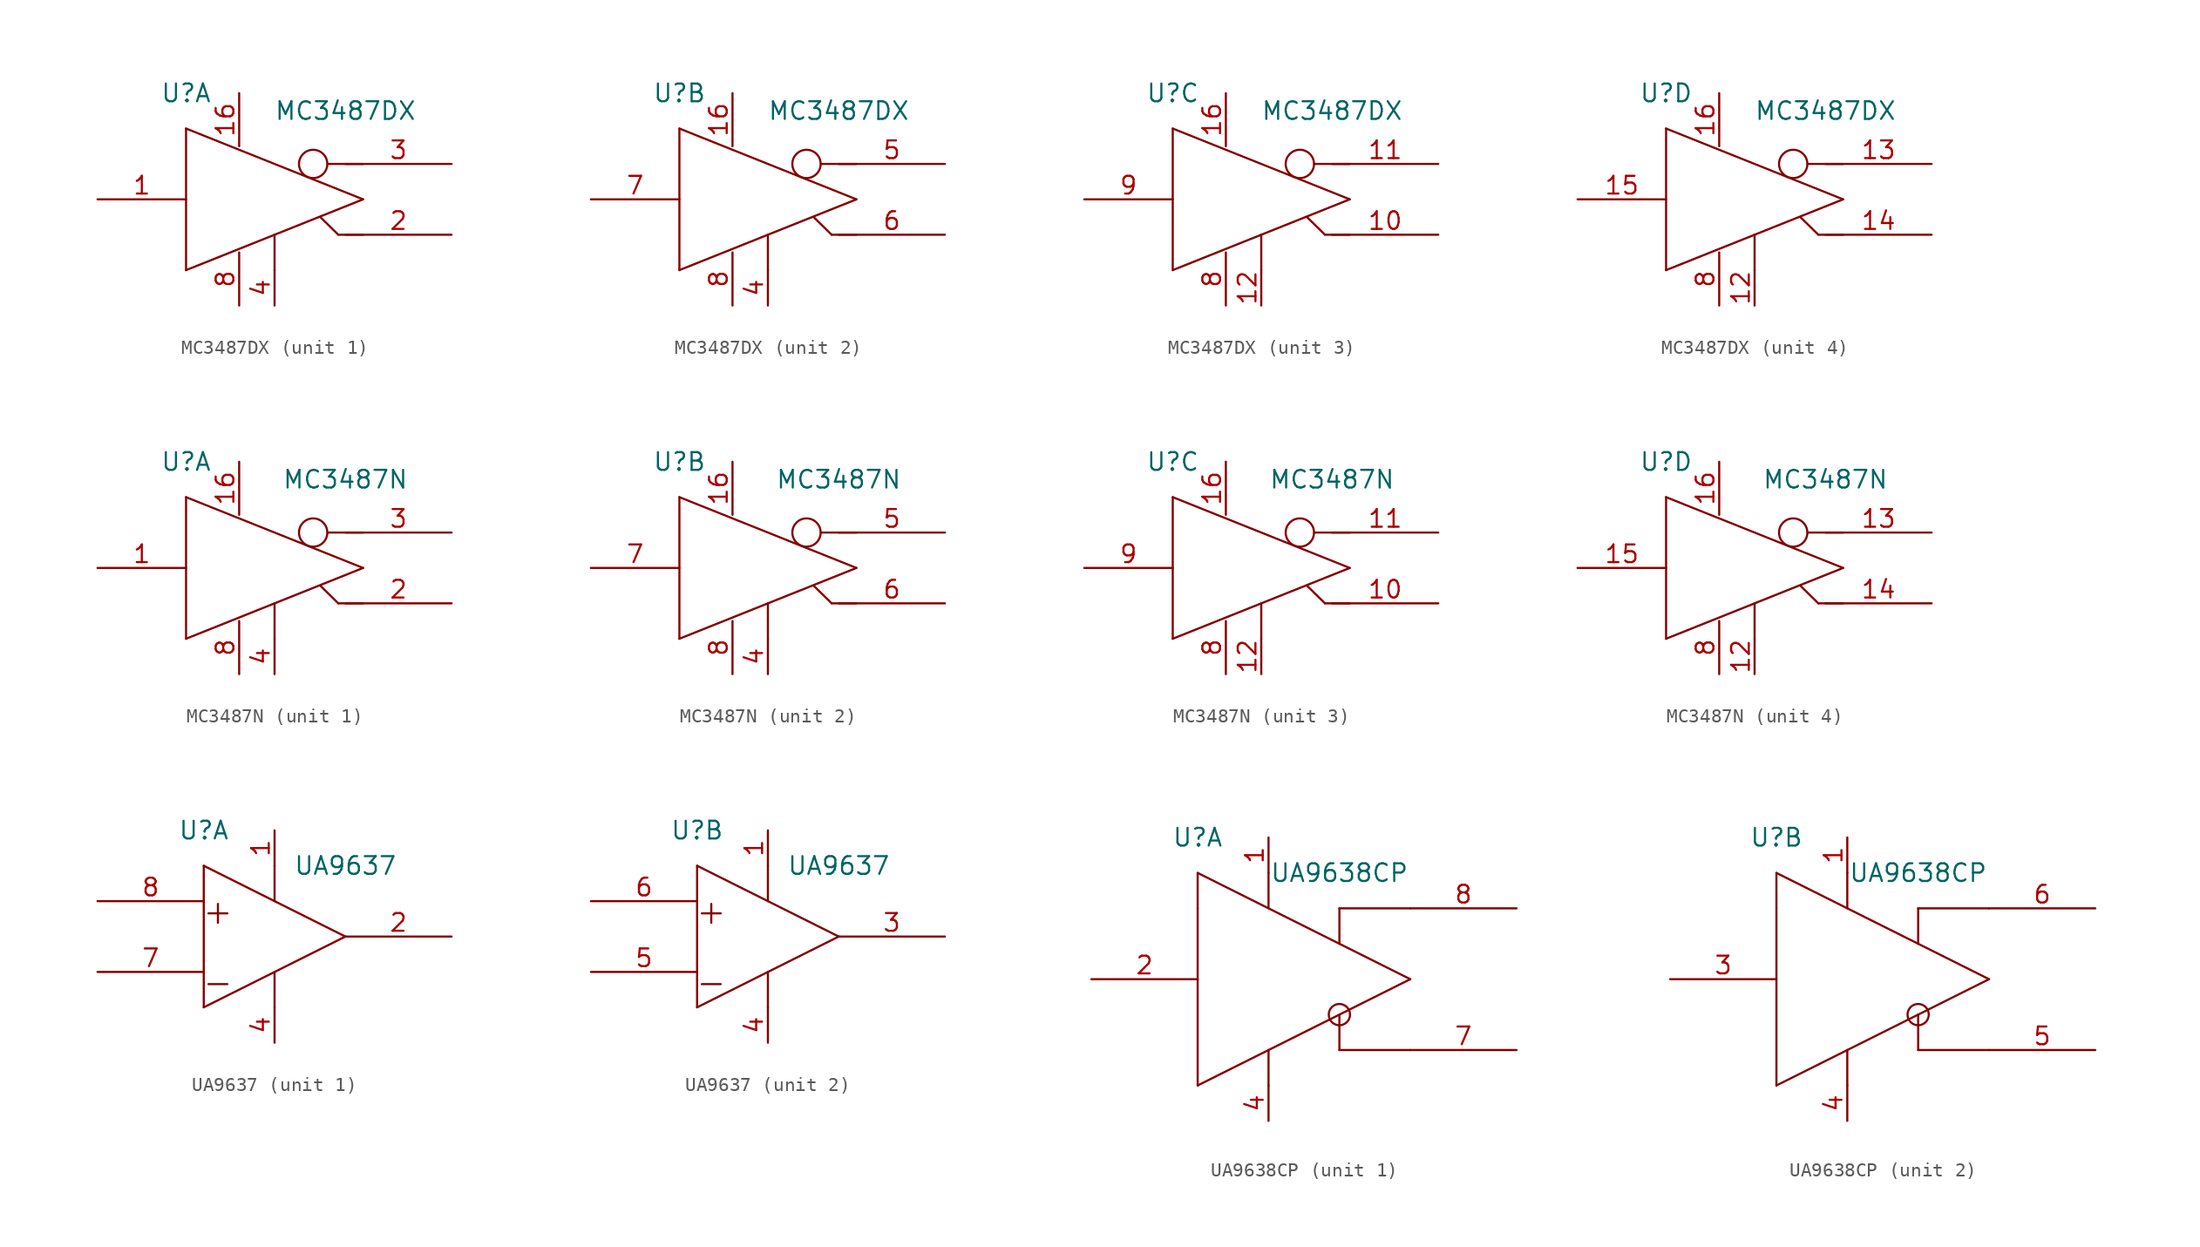
<source format=kicad_sym>
(kicad_symbol_lib
  (version 20241209)
  (generator "kicad_symbol_editor")
  (generator_version "9.0")
  (symbol "MC3487DX"
    (pin_names
      (offset 1.016)
      (hide yes))
    (property "Reference" "U"
      (at -6.35 7.62 0)
      (effects (font (size 1.27 1.27))))
    (property "Value" "MC3487DX"
      (at 5.08 6.35 0)
      (effects (font (size 1.27 1.27))))
    (symbol "MC3487DX_0_1"
      (polyline (pts (xy -6.35 5.08) (xy -6.35 -5.08)) (stroke (width 0) (type default)) (fill (type none)))
      (polyline (pts (xy -6.35 -5.08) (xy 6.35 0)) (stroke (width 0) (type default)) (fill (type none)))
      (polyline (pts (xy 0 -5.08) (xy 0 -2.54)) (stroke (width 0) (type default)) (fill (type none)))
      (circle (center 2.769 2.54) (radius 1.016) (stroke (width 0) (type default)) (fill (type none)))
      (polyline (pts (xy 3.81 2.54) (xy 6.35 2.54)) (stroke (width 0) (type default)) (fill (type none)))
      (polyline (pts (xy 4.572 -2.54) (xy 3.277 -1.27)) (stroke (width 0) (type default)) (fill (type none)))
      (polyline (pts (xy 6.35 0) (xy -6.35 5.08)) (stroke (width 0) (type default)) (fill (type none)))
      (polyline (pts (xy 6.35 -2.54) (xy 4.572 -2.54)) (stroke (width 0) (type default)) (fill (type none))))
    (symbol "MC3487DX_1_1"
      (pin input line (at -12.7 0 0) (length 6.35) (name "INPUT" (effects (font (size 1.27 1.27)))) (number "1" (effects (font (size 1.27 1.27)))))
      (pin power_in line (at -2.54 7.62 270) (length 3.81) (name "VCC" (effects (font (size 1.27 1.27)))) (number "16" (effects (font (size 1.27 1.27)))))
      (pin power_in line (at -2.54 -7.62 90) (length 3.81) (name "GND" (effects (font (size 1.27 1.27)))) (number "8" (effects (font (size 1.27 1.27)))))
      (pin input line (at 0 -7.62 90) (length 2.54) (name "ENABLE" (effects (font (size 1.27 1.27)))) (number "4" (effects (font (size 1.27 1.27)))))
      (pin tri_state line (at 12.7 2.54 180) (length 7.62) (name "OUT-" (effects (font (size 1.27 1.27)))) (number "3" (effects (font (size 1.27 1.27)))))
      (pin tri_state line (at 12.7 -2.54 180) (length 7.62) (name "OUT+" (effects (font (size 1.27 1.27)))) (number "2" (effects (font (size 1.27 1.27))))))
    (symbol "MC3487DX_2_1"
      (pin input line (at -12.7 0 0) (length 6.35) (name "INPUT" (effects (font (size 1.27 1.27)))) (number "7" (effects (font (size 1.27 1.27)))))
      (pin power_in line (at -2.54 7.62 270) (length 3.81) (name "VCC" (effects (font (size 1.27 1.27)))) (number "16" (effects (font (size 1.27 1.27)))))
      (pin power_in line (at -2.54 -7.62 90) (length 3.81) (name "GND" (effects (font (size 1.27 1.27)))) (number "8" (effects (font (size 1.27 1.27)))))
      (pin input line (at 0 -7.62 90) (length 2.54) (name "ENABLE" (effects (font (size 1.27 1.27)))) (number "4" (effects (font (size 1.27 1.27)))))
      (pin tri_state line (at 12.7 2.54 180) (length 7.62) (name "OUT-" (effects (font (size 1.27 1.27)))) (number "5" (effects (font (size 1.27 1.27)))))
      (pin tri_state line (at 12.7 -2.54 180) (length 7.62) (name "OUT+" (effects (font (size 1.27 1.27)))) (number "6" (effects (font (size 1.27 1.27))))))
    (symbol "MC3487DX_3_1"
      (pin input line (at -12.7 0 0) (length 6.35) (name "INPUT" (effects (font (size 1.27 1.27)))) (number "9" (effects (font (size 1.27 1.27)))))
      (pin power_in line (at -2.54 7.62 270) (length 3.81) (name "VCC" (effects (font (size 1.27 1.27)))) (number "16" (effects (font (size 1.27 1.27)))))
      (pin power_in line (at -2.54 -7.62 90) (length 3.81) (name "GND" (effects (font (size 1.27 1.27)))) (number "8" (effects (font (size 1.27 1.27)))))
      (pin input line (at 0 -7.62 90) (length 2.54) (name "ENABLE" (effects (font (size 1.27 1.27)))) (number "12" (effects (font (size 1.27 1.27)))))
      (pin tri_state line (at 12.7 2.54 180) (length 7.62) (name "OUT-" (effects (font (size 1.27 1.27)))) (number "11" (effects (font (size 1.27 1.27)))))
      (pin tri_state line (at 12.7 -2.54 180) (length 7.62) (name "OUT+" (effects (font (size 1.27 1.27)))) (number "10" (effects (font (size 1.27 1.27))))))
    (symbol "MC3487DX_4_1"
      (pin input line (at -12.7 0 0) (length 6.35) (name "INPUT" (effects (font (size 1.27 1.27)))) (number "15" (effects (font (size 1.27 1.27)))))
      (pin power_in line (at -2.54 7.62 270) (length 3.81) (name "VCC" (effects (font (size 1.27 1.27)))) (number "16" (effects (font (size 1.27 1.27)))))
      (pin power_in line (at -2.54 -7.62 90) (length 3.81) (name "GND" (effects (font (size 1.27 1.27)))) (number "8" (effects (font (size 1.27 1.27)))))
      (pin input line (at 0 -7.62 90) (length 2.54) (name "ENABLE" (effects (font (size 1.27 1.27)))) (number "12" (effects (font (size 1.27 1.27)))))
      (pin tri_state line (at 12.7 2.54 180) (length 7.62) (name "OUT-" (effects (font (size 1.27 1.27)))) (number "13" (effects (font (size 1.27 1.27)))))
      (pin tri_state line (at 12.7 -2.54 180) (length 7.62) (name "OUT+" (effects (font (size 1.27 1.27)))) (number "14" (effects (font (size 1.27 1.27)))))))
  (symbol "MC3487N"
    (pin_names
      (offset 1.016)
      (hide yes))
    (property "Reference" "U"
      (at -6.35 7.62 0)
      (effects (font (size 1.27 1.27))))
    (property "Value" "MC3487N"
      (at 5.08 6.35 0)
      (effects (font (size 1.27 1.27))))
    (symbol "MC3487N_0_1"
      (polyline (pts (xy -6.35 5.08) (xy -6.35 -5.08)) (stroke (width 0) (type default)) (fill (type none)))
      (polyline (pts (xy -6.35 -5.08) (xy 6.35 0)) (stroke (width 0) (type default)) (fill (type none)))
      (polyline (pts (xy 0 -5.08) (xy 0 -2.54)) (stroke (width 0) (type default)) (fill (type none)))
      (circle (center 2.769 2.54) (radius 1.016) (stroke (width 0) (type default)) (fill (type none)))
      (polyline (pts (xy 3.81 2.54) (xy 6.35 2.54)) (stroke (width 0) (type default)) (fill (type none)))
      (polyline (pts (xy 4.572 -2.54) (xy 3.277 -1.27)) (stroke (width 0) (type default)) (fill (type none)))
      (polyline (pts (xy 6.35 0) (xy -6.35 5.08)) (stroke (width 0) (type default)) (fill (type none)))
      (polyline (pts (xy 6.35 -2.54) (xy 4.572 -2.54)) (stroke (width 0) (type default)) (fill (type none))))
    (symbol "MC3487N_1_1"
      (pin input line (at -12.7 0 0) (length 6.35) (name "INPUT" (effects (font (size 1.27 1.27)))) (number "1" (effects (font (size 1.27 1.27)))))
      (pin power_in line (at -2.54 7.62 270) (length 3.81) (name "VCC" (effects (font (size 1.27 1.27)))) (number "16" (effects (font (size 1.27 1.27)))))
      (pin power_in line (at -2.54 -7.62 90) (length 3.81) (name "GND" (effects (font (size 1.27 1.27)))) (number "8" (effects (font (size 1.27 1.27)))))
      (pin input line (at 0 -7.62 90) (length 2.54) (name "ENABLE" (effects (font (size 1.27 1.27)))) (number "4" (effects (font (size 1.27 1.27)))))
      (pin tri_state line (at 12.7 2.54 180) (length 7.62) (name "OUT-" (effects (font (size 1.27 1.27)))) (number "3" (effects (font (size 1.27 1.27)))))
      (pin tri_state line (at 12.7 -2.54 180) (length 7.62) (name "OUT+" (effects (font (size 1.27 1.27)))) (number "2" (effects (font (size 1.27 1.27))))))
    (symbol "MC3487N_2_1"
      (pin input line (at -12.7 0 0) (length 6.35) (name "INPUT" (effects (font (size 1.27 1.27)))) (number "7" (effects (font (size 1.27 1.27)))))
      (pin power_in line (at -2.54 7.62 270) (length 3.81) (name "VCC" (effects (font (size 1.27 1.27)))) (number "16" (effects (font (size 1.27 1.27)))))
      (pin power_in line (at -2.54 -7.62 90) (length 3.81) (name "GND" (effects (font (size 1.27 1.27)))) (number "8" (effects (font (size 1.27 1.27)))))
      (pin input line (at 0 -7.62 90) (length 2.54) (name "ENABLE" (effects (font (size 1.27 1.27)))) (number "4" (effects (font (size 1.27 1.27)))))
      (pin tri_state line (at 12.7 2.54 180) (length 7.62) (name "OUT-" (effects (font (size 1.27 1.27)))) (number "5" (effects (font (size 1.27 1.27)))))
      (pin tri_state line (at 12.7 -2.54 180) (length 7.62) (name "OUT+" (effects (font (size 1.27 1.27)))) (number "6" (effects (font (size 1.27 1.27))))))
    (symbol "MC3487N_3_1"
      (pin input line (at -12.7 0 0) (length 6.35) (name "INPUT" (effects (font (size 1.27 1.27)))) (number "9" (effects (font (size 1.27 1.27)))))
      (pin power_in line (at -2.54 7.62 270) (length 3.81) (name "VCC" (effects (font (size 1.27 1.27)))) (number "16" (effects (font (size 1.27 1.27)))))
      (pin power_in line (at -2.54 -7.62 90) (length 3.81) (name "GND" (effects (font (size 1.27 1.27)))) (number "8" (effects (font (size 1.27 1.27)))))
      (pin input line (at 0 -7.62 90) (length 2.54) (name "ENABLE" (effects (font (size 1.27 1.27)))) (number "12" (effects (font (size 1.27 1.27)))))
      (pin tri_state line (at 12.7 2.54 180) (length 7.62) (name "OUT-" (effects (font (size 1.27 1.27)))) (number "11" (effects (font (size 1.27 1.27)))))
      (pin tri_state line (at 12.7 -2.54 180) (length 7.62) (name "OUT+" (effects (font (size 1.27 1.27)))) (number "10" (effects (font (size 1.27 1.27))))))
    (symbol "MC3487N_4_1"
      (pin input line (at -12.7 0 0) (length 6.35) (name "INPUT" (effects (font (size 1.27 1.27)))) (number "15" (effects (font (size 1.27 1.27)))))
      (pin power_in line (at -2.54 7.62 270) (length 3.81) (name "VCC" (effects (font (size 1.27 1.27)))) (number "16" (effects (font (size 1.27 1.27)))))
      (pin power_in line (at -2.54 -7.62 90) (length 3.81) (name "GND" (effects (font (size 1.27 1.27)))) (number "8" (effects (font (size 1.27 1.27)))))
      (pin input line (at 0 -7.62 90) (length 2.54) (name "ENABLE" (effects (font (size 1.27 1.27)))) (number "12" (effects (font (size 1.27 1.27)))))
      (pin tri_state line (at 12.7 2.54 180) (length 7.62) (name "OUT-" (effects (font (size 1.27 1.27)))) (number "13" (effects (font (size 1.27 1.27)))))
      (pin tri_state line (at 12.7 -2.54 180) (length 7.62) (name "OUT+" (effects (font (size 1.27 1.27)))) (number "14" (effects (font (size 1.27 1.27)))))))
  (symbol "UA9637"
    (pin_names
      (offset 1.016)
      (hide yes))
    (property "Reference" "U"
      (at -5.08 7.62 0)
      (effects (font (size 1.27 1.27))))
    (property "Value" "UA9637"
      (at 5.08 5.08 0)
      (effects (font (size 1.27 1.27))))
    (symbol "UA9637_0_1"
      (polyline (pts (xy -5.08 5.08) (xy -5.08 -5.08)) (stroke (width 0) (type default)) (fill (type none)))
      (polyline (pts (xy -5.08 5.08) (xy 5.08 0)) (stroke (width 0) (type default)) (fill (type none)))
      (polyline (pts (xy 0 5.08) (xy 0 2.54)) (stroke (width 0) (type default)) (fill (type none)))
      (polyline (pts (xy 0 -2.54) (xy 0 -5.08)) (stroke (width 0) (type default)) (fill (type none)))
      (polyline (pts (xy 5.08 0) (xy -5.08 -5.08)) (stroke (width 0) (type default)) (fill (type none)))
      (text "+" (at -4.064 1.803 0) (effects (font (size 1.778 1.778))))
      (text "-" (at -4.064 -3.277 0) (effects (font (size 1.778 1.778)))))
    (symbol "UA9637_1_1"
      (pin input line (at -12.7 2.54 0) (length 7.62) (name "IN+" (effects (font (size 1.27 1.27)))) (number "8" (effects (font (size 1.27 1.27)))))
      (pin input line (at -12.7 -2.54 0) (length 7.62) (name "IN-" (effects (font (size 1.27 1.27)))) (number "7" (effects (font (size 1.27 1.27)))))
      (pin power_in line (at 0 7.62 270) (length 2.54) (name "VCC" (effects (font (size 1.27 1.27)))) (number "1" (effects (font (size 1.27 1.27)))))
      (pin power_in line (at 0 -7.62 90) (length 2.54) (name "GND" (effects (font (size 1.27 1.27)))) (number "4" (effects (font (size 1.27 1.27)))))
      (pin output line (at 12.7 0 180) (length 7.62) (name "OUT" (effects (font (size 1.27 1.27)))) (number "2" (effects (font (size 1.27 1.27))))))
    (symbol "UA9637_2_1"
      (pin input line (at -12.7 2.54 0) (length 7.62) (name "IN+" (effects (font (size 1.27 1.27)))) (number "6" (effects (font (size 1.27 1.27)))))
      (pin input line (at -12.7 -2.54 0) (length 7.62) (name "IN-" (effects (font (size 1.27 1.27)))) (number "5" (effects (font (size 1.27 1.27)))))
      (pin power_in line (at 0 7.62 270) (length 2.54) (name "VCC" (effects (font (size 1.27 1.27)))) (number "1" (effects (font (size 1.27 1.27)))))
      (pin power_in line (at 0 -7.62 90) (length 2.54) (name "GND" (effects (font (size 1.27 1.27)))) (number "4" (effects (font (size 1.27 1.27)))))
      (pin output line (at 12.7 0 180) (length 7.62) (name "OUT" (effects (font (size 1.27 1.27)))) (number "3" (effects (font (size 1.27 1.27)))))))
  (symbol "UA9638CP"
    (pin_names
      (offset 1.016)
      (hide yes))
    (property "Reference" "U"
      (at -7.62 10.16 0)
      (effects (font (size 1.27 1.27))))
    (property "Value" "UA9638CP"
      (at 2.54 7.62 0)
      (effects (font (size 1.27 1.27))))
    (symbol "UA9638CP_0_1"
      (polyline (pts (xy -7.62 7.62) (xy 7.62 0)) (stroke (width 0) (type default)) (fill (type none)))
      (polyline (pts (xy -7.62 5.08) (xy -7.62 7.62)) (stroke (width 0) (type default)) (fill (type none)))
      (polyline (pts (xy -7.62 5.08) (xy -7.62 -7.62)) (stroke (width 0) (type default)) (fill (type none)))
      (polyline (pts (xy -2.54 5.08) (xy -2.54 7.62)) (stroke (width 0) (type default)) (fill (type none)))
      (polyline (pts (xy -2.54 -5.08) (xy -2.54 -7.62)) (stroke (width 0) (type default)) (fill (type none)))
      (polyline (pts (xy 2.54 5.08) (xy 2.54 2.54)) (stroke (width 0) (type default)) (fill (type none)))
      (polyline (pts (xy 2.54 -2.54) (xy 2.54 -5.08)) (stroke (width 0) (type default)) (fill (type none)))
      (circle (center 2.54 -2.54) (radius 0.762) (stroke (width 0) (type default)) (fill (type none)))
      (polyline (pts (xy 2.54 -5.08) (xy 7.62 -5.08)) (stroke (width 0) (type default)) (fill (type none)))
      (polyline (pts (xy 7.62 5.08) (xy 2.54 5.08)) (stroke (width 0) (type default)) (fill (type none)))
      (polyline (pts (xy 7.62 0) (xy -7.62 -7.62)) (stroke (width 0) (type default)) (fill (type none))))
    (symbol "UA9638CP_1_1"
      (pin input line (at -15.24 0 0) (length 7.62) (name "IN" (effects (font (size 1.27 1.27)))) (number "2" (effects (font (size 1.27 1.27)))))
      (pin power_in line (at -2.54 10.16 270) (length 2.54) (name "VCC" (effects (font (size 1.27 1.27)))) (number "1" (effects (font (size 1.27 1.27)))))
      (pin power_in line (at -2.54 -10.16 90) (length 2.54) (name "GND" (effects (font (size 1.27 1.27)))) (number "4" (effects (font (size 1.27 1.27)))))
      (pin output line (at 15.24 5.08 180) (length 7.62) (name "OUTB" (effects (font (size 1.27 1.27)))) (number "8" (effects (font (size 1.27 1.27)))))
      (pin output line (at 15.24 -5.08 180) (length 7.62) (name "OUTA" (effects (font (size 1.27 1.27)))) (number "7" (effects (font (size 1.27 1.27))))))
    (symbol "UA9638CP_2_1"
      (pin input line (at -15.24 0 0) (length 7.62) (name "IN" (effects (font (size 1.27 1.27)))) (number "3" (effects (font (size 1.27 1.27)))))
      (pin power_in line (at -2.54 10.16 270) (length 2.54) (name "VCC" (effects (font (size 1.27 1.27)))) (number "1" (effects (font (size 1.27 1.27)))))
      (pin power_in line (at -2.54 -10.16 90) (length 2.54) (name "GND" (effects (font (size 1.27 1.27)))) (number "4" (effects (font (size 1.27 1.27)))))
      (pin output line (at 15.24 5.08 180) (length 7.62) (name "OUTB" (effects (font (size 1.27 1.27)))) (number "6" (effects (font (size 1.27 1.27)))))
      (pin output line (at 15.24 -5.08 180) (length 7.62) (name "OUTA" (effects (font (size 1.27 1.27)))) (number "5" (effects (font (size 1.27 1.27))))))))
</source>
